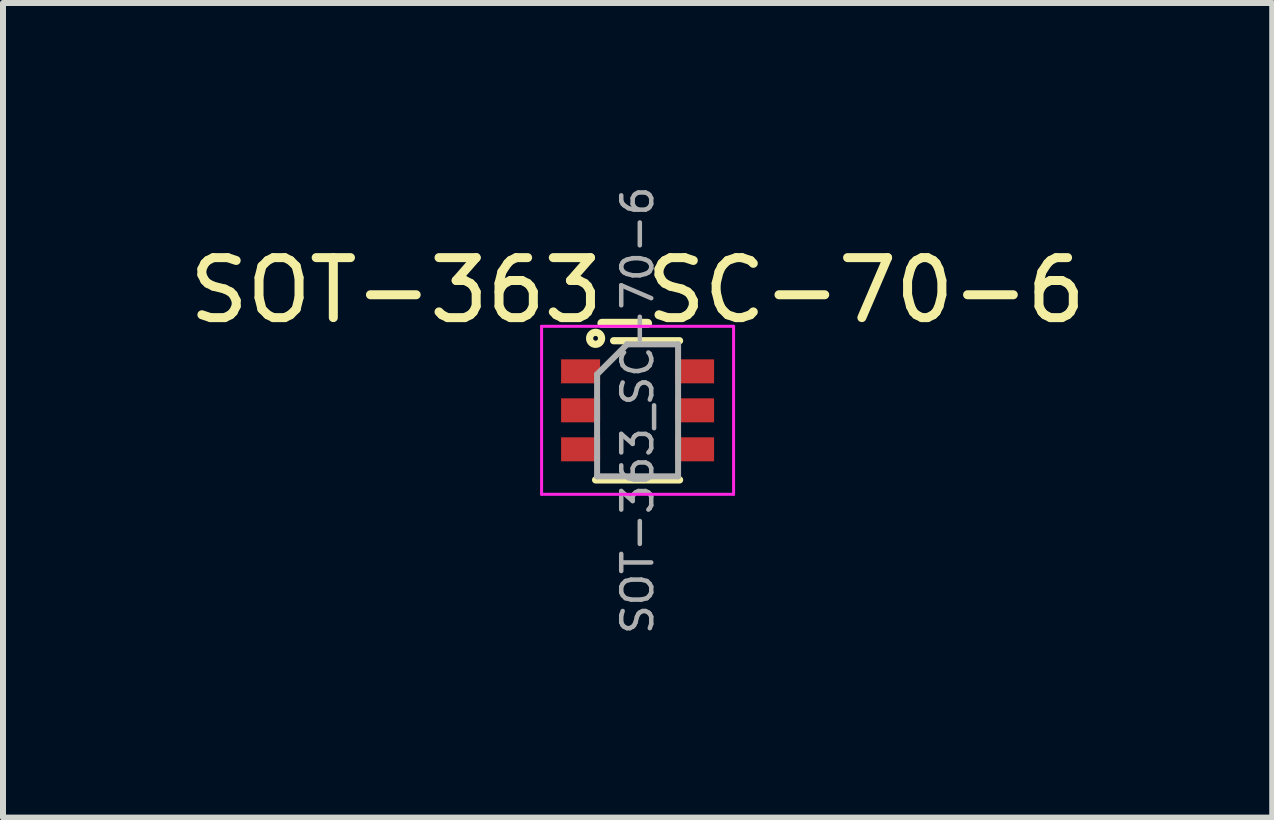
<source format=kicad_pcb>
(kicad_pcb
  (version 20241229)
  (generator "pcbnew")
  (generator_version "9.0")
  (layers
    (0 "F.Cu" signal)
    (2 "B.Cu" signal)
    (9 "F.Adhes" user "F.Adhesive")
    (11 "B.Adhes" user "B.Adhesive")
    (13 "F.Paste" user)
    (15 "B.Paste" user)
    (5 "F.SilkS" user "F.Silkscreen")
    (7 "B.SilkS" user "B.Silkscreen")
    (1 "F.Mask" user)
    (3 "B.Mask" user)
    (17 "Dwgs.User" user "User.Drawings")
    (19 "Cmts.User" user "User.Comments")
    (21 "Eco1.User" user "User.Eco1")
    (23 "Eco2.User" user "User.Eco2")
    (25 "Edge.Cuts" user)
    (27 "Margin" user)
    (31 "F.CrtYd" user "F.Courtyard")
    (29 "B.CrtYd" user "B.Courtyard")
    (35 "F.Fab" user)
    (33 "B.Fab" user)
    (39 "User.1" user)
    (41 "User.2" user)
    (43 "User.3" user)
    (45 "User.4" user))
  (footprint "SOT-363_SC-70-6"
    (layer "F.Cu")
    (at 7.577 3.789)
    (property "Reference" "SOT-363_SC-70-6" (at 0 -2 0) (layer "F.SilkS") (effects (font (size 1 1) (thickness 0.15))))
    (attr smd)
    (fp_line (start -0.7 1.16) (end 0.7 1.16) (stroke (width 0.12) (type solid)) (layer "F.SilkS"))
    (fp_line (start 0.7 -1.16) (end -0.4 -1.16) (stroke (width 0.12) (type solid)) (layer "F.SilkS"))
    (fp_circle (center -0.7 -1.2) (end -0.7 -1.1) (stroke (width 0.12) (type solid)) (fill no) (layer "F.SilkS"))
    (fp_line (start -1.6 -1.4) (end -1.6 1.4) (stroke (width 0.05) (type solid)) (layer "F.CrtYd"))
    (fp_line (start -1.6 -1.4) (end 1.6 -1.4) (stroke (width 0.05) (type solid)) (layer "F.CrtYd"))
    (fp_line (start -1.6 1.4) (end 1.6 1.4) (stroke (width 0.05) (type solid)) (layer "F.CrtYd"))
    (fp_line (start 1.6 1.4) (end 1.6 -1.4) (stroke (width 0.05) (type solid)) (layer "F.CrtYd"))
    (fp_line (start -0.675 -0.6) (end -0.675 1.1) (stroke (width 0.1) (type solid)) (layer "F.Fab"))
    (fp_line (start -0.175 -1.1) (end -0.675 -0.6) (stroke (width 0.1) (type solid)) (layer "F.Fab"))
    (fp_line (start 0.675 -1.1) (end -0.175 -1.1) (stroke (width 0.1) (type solid)) (layer "F.Fab"))
    (fp_line (start 0.675 -1.1) (end 0.675 1.1) (stroke (width 0.1) (type solid)) (layer "F.Fab"))
    (fp_line (start 0.675 1.1) (end -0.675 1.1) (stroke (width 0.1) (type solid)) (layer "F.Fab"))
    (fp_text user "${REFERENCE}" (at 0 0 90) (layer "F.Fab") (effects (font (size 0.5 0.5) (thickness 0.075))))
    (pad "1" smd rect (at -0.95 -0.65) (size 0.65 0.4) (layers "F.Cu" "F.Mask" "F.Paste"))
    (pad "2" smd rect (at -0.95 0) (size 0.65 0.4) (layers "F.Cu" "F.Mask" "F.Paste"))
    (pad "3" smd rect (at -0.95 0.65) (size 0.65 0.4) (layers "F.Cu" "F.Mask" "F.Paste"))
    (pad "4" smd rect (at 0.95 0.65) (size 0.65 0.4) (layers "F.Cu" "F.Mask" "F.Paste"))
    (pad "5" smd rect (at 0.95 0) (size 0.65 0.4) (layers "F.Cu" "F.Mask" "F.Paste"))
    (pad "6" smd rect (at 0.95 -0.65) (size 0.65 0.4) (layers "F.Cu" "F.Mask" "F.Paste")))
  (gr_rect
    (start -3 -3)
    (end 18.155 10.577)
    (stroke (width 0.1) (type default))
    (fill no)
    (layer "Edge.Cuts")))
</source>
